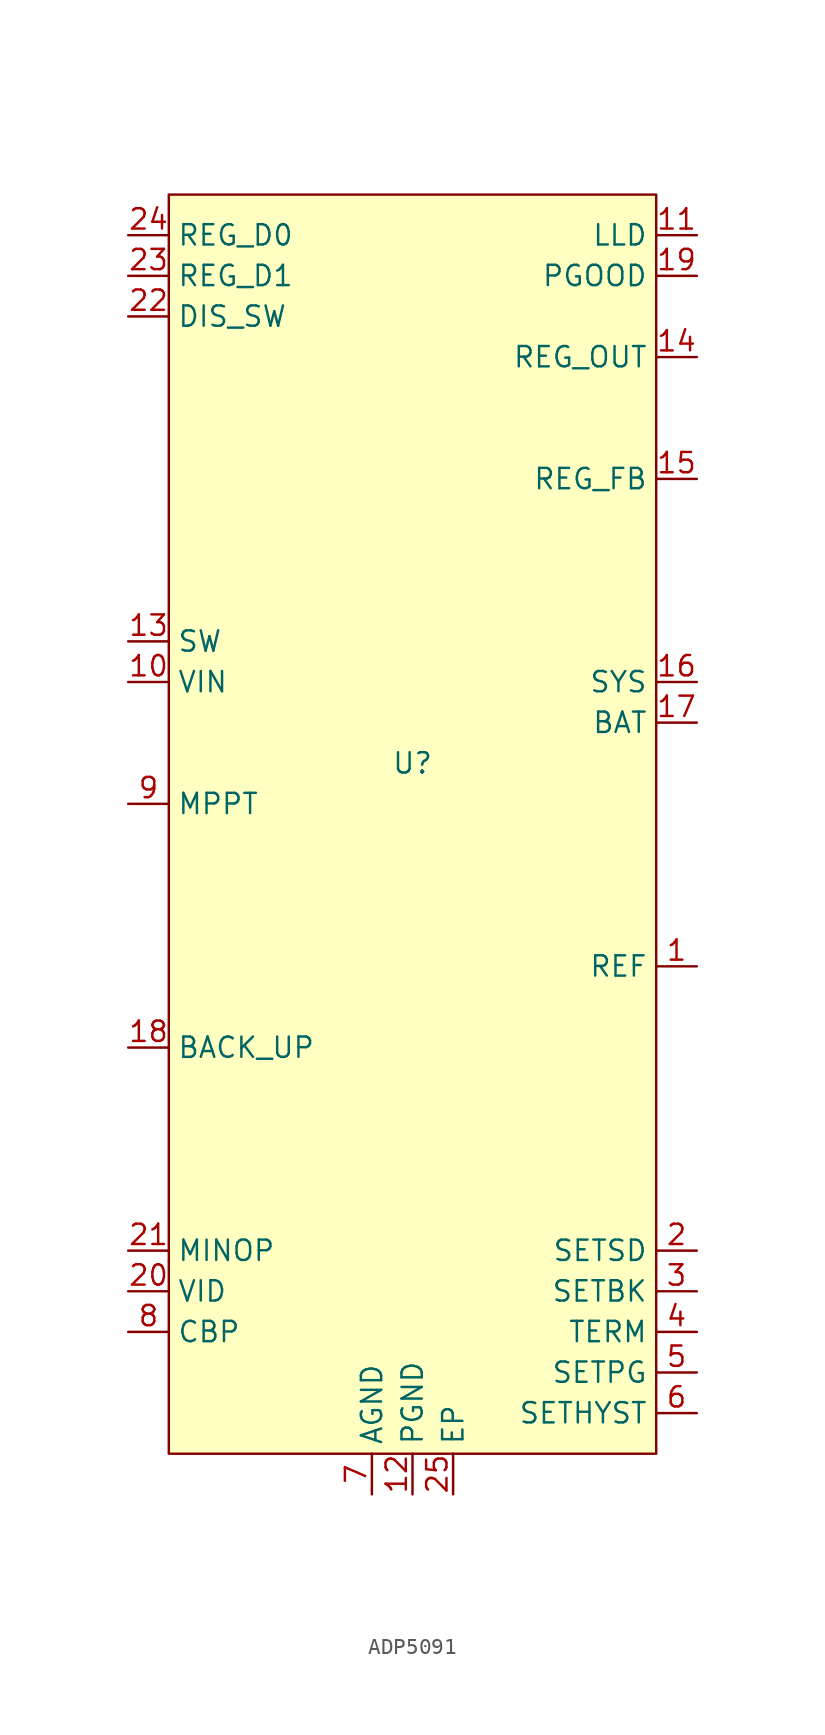
<source format=kicad_sym>
(kicad_symbol_lib
  (version 20220914)
  (generator kicad_symbol_editor)
  (symbol "ADP5091"
    (property "Reference" "U"
      (at 0 2.54 0)
      (effects (font (size 1.27 1.27))))
    (property "Value" ""
      (at 0 2.54 0)
      (effects (font (size 1.27 1.27))))
    (symbol "ADP5091_0_1"
      (rectangle (start -15.24 38.1) (end 15.24 -40.64) (stroke (width 0) (type default)) (fill (type background))))
    (symbol "ADP5091_1_0"
      (pin input line (at -17.78 7.62 0) (length 2.54) (name "VIN" (effects (font (size 1.27 1.27)))) (number "10" (effects (font (size 1.27 1.27)))))
      (pin input line (at 17.78 35.56 180) (length 2.54) (name "LLD" (effects (font (size 1.27 1.27)))) (number "11" (effects (font (size 1.27 1.27)))))
      (pin input line (at 0 -43.18 90) (length 2.54) (name "PGND" (effects (font (size 1.27 1.27)))) (number "12" (effects (font (size 1.27 1.27)))))
      (pin input line (at -17.78 10.16 0) (length 2.54) (name "SW" (effects (font (size 1.27 1.27)))) (number "13" (effects (font (size 1.27 1.27)))))
      (pin power_out line (at 17.78 27.94 180) (length 2.54) (name "REG_OUT" (effects (font (size 1.27 1.27)))) (number "14" (effects (font (size 1.27 1.27)))))
      (pin input line (at 17.78 20.32 180) (length 2.54) (name "REG_FB" (effects (font (size 1.27 1.27)))) (number "15" (effects (font (size 1.27 1.27)))))
      (pin power_out line (at 17.78 7.62 180) (length 2.54) (name "SYS" (effects (font (size 1.27 1.27)))) (number "16" (effects (font (size 1.27 1.27)))))
      (pin power_out line (at 17.78 5.08 180) (length 2.54) (name "BAT" (effects (font (size 1.27 1.27)))) (number "17" (effects (font (size 1.27 1.27)))))
      (pin input line (at -17.78 -15.24 0) (length 2.54) (name "BACK_UP" (effects (font (size 1.27 1.27)))) (number "18" (effects (font (size 1.27 1.27)))))
      (pin input line (at 17.78 33.02 180) (length 2.54) (name "PGOOD" (effects (font (size 1.27 1.27)))) (number "19" (effects (font (size 1.27 1.27)))))
      (pin input line (at 17.78 -27.94 180) (length 2.54) (name "SETSD" (effects (font (size 1.27 1.27)))) (number "2" (effects (font (size 1.27 1.27)))))
      (pin input line (at -17.78 -30.48 0) (length 2.54) (name "VID" (effects (font (size 1.27 1.27)))) (number "20" (effects (font (size 1.27 1.27)))))
      (pin input line (at -17.78 -27.94 0) (length 2.54) (name "MINOP" (effects (font (size 1.27 1.27)))) (number "21" (effects (font (size 1.27 1.27)))))
      (pin input line (at -17.78 30.48 0) (length 2.54) (name "DIS_SW" (effects (font (size 1.27 1.27)))) (number "22" (effects (font (size 1.27 1.27)))))
      (pin input line (at -17.78 33.02 0) (length 2.54) (name "REG_D1" (effects (font (size 1.27 1.27)))) (number "23" (effects (font (size 1.27 1.27)))))
      (pin input line (at -17.78 35.56 0) (length 2.54) (name "REG_D0" (effects (font (size 1.27 1.27)))) (number "24" (effects (font (size 1.27 1.27)))))
      (pin input line (at 2.54 -43.18 90) (length 2.54) (name "EP" (effects (font (size 1.27 1.27)))) (number "25" (effects (font (size 1.27 1.27)))))
      (pin input line (at 17.78 -30.48 180) (length 2.54) (name "SETBK" (effects (font (size 1.27 1.27)))) (number "3" (effects (font (size 1.27 1.27)))))
      (pin input line (at 17.78 -33.02 180) (length 2.54) (name "TERM" (effects (font (size 1.27 1.27)))) (number "4" (effects (font (size 1.27 1.27)))))
      (pin input line (at 17.78 -35.56 180) (length 2.54) (name "SETPG" (effects (font (size 1.27 1.27)))) (number "5" (effects (font (size 1.27 1.27)))))
      (pin input line (at 17.78 -38.1 180) (length 2.54) (name "SETHYST" (effects (font (size 1.27 1.27)))) (number "6" (effects (font (size 1.27 1.27)))))
      (pin input line (at -2.54 -43.18 90) (length 2.54) (name "AGND" (effects (font (size 1.27 1.27)))) (number "7" (effects (font (size 1.27 1.27)))))
      (pin input line (at -17.78 -33.02 0) (length 2.54) (name "CBP" (effects (font (size 1.27 1.27)))) (number "8" (effects (font (size 1.27 1.27)))))
      (pin input line (at -17.78 0 0) (length 2.54) (name "MPPT" (effects (font (size 1.27 1.27)))) (number "9" (effects (font (size 1.27 1.27))))))
    (symbol "ADP5091_1_1"
      (pin input line (at 17.78 -10.16 180) (length 2.54) (name "REF" (effects (font (size 1.27 1.27)))) (number "1" (effects (font (size 1.27 1.27))))))))
</source>
